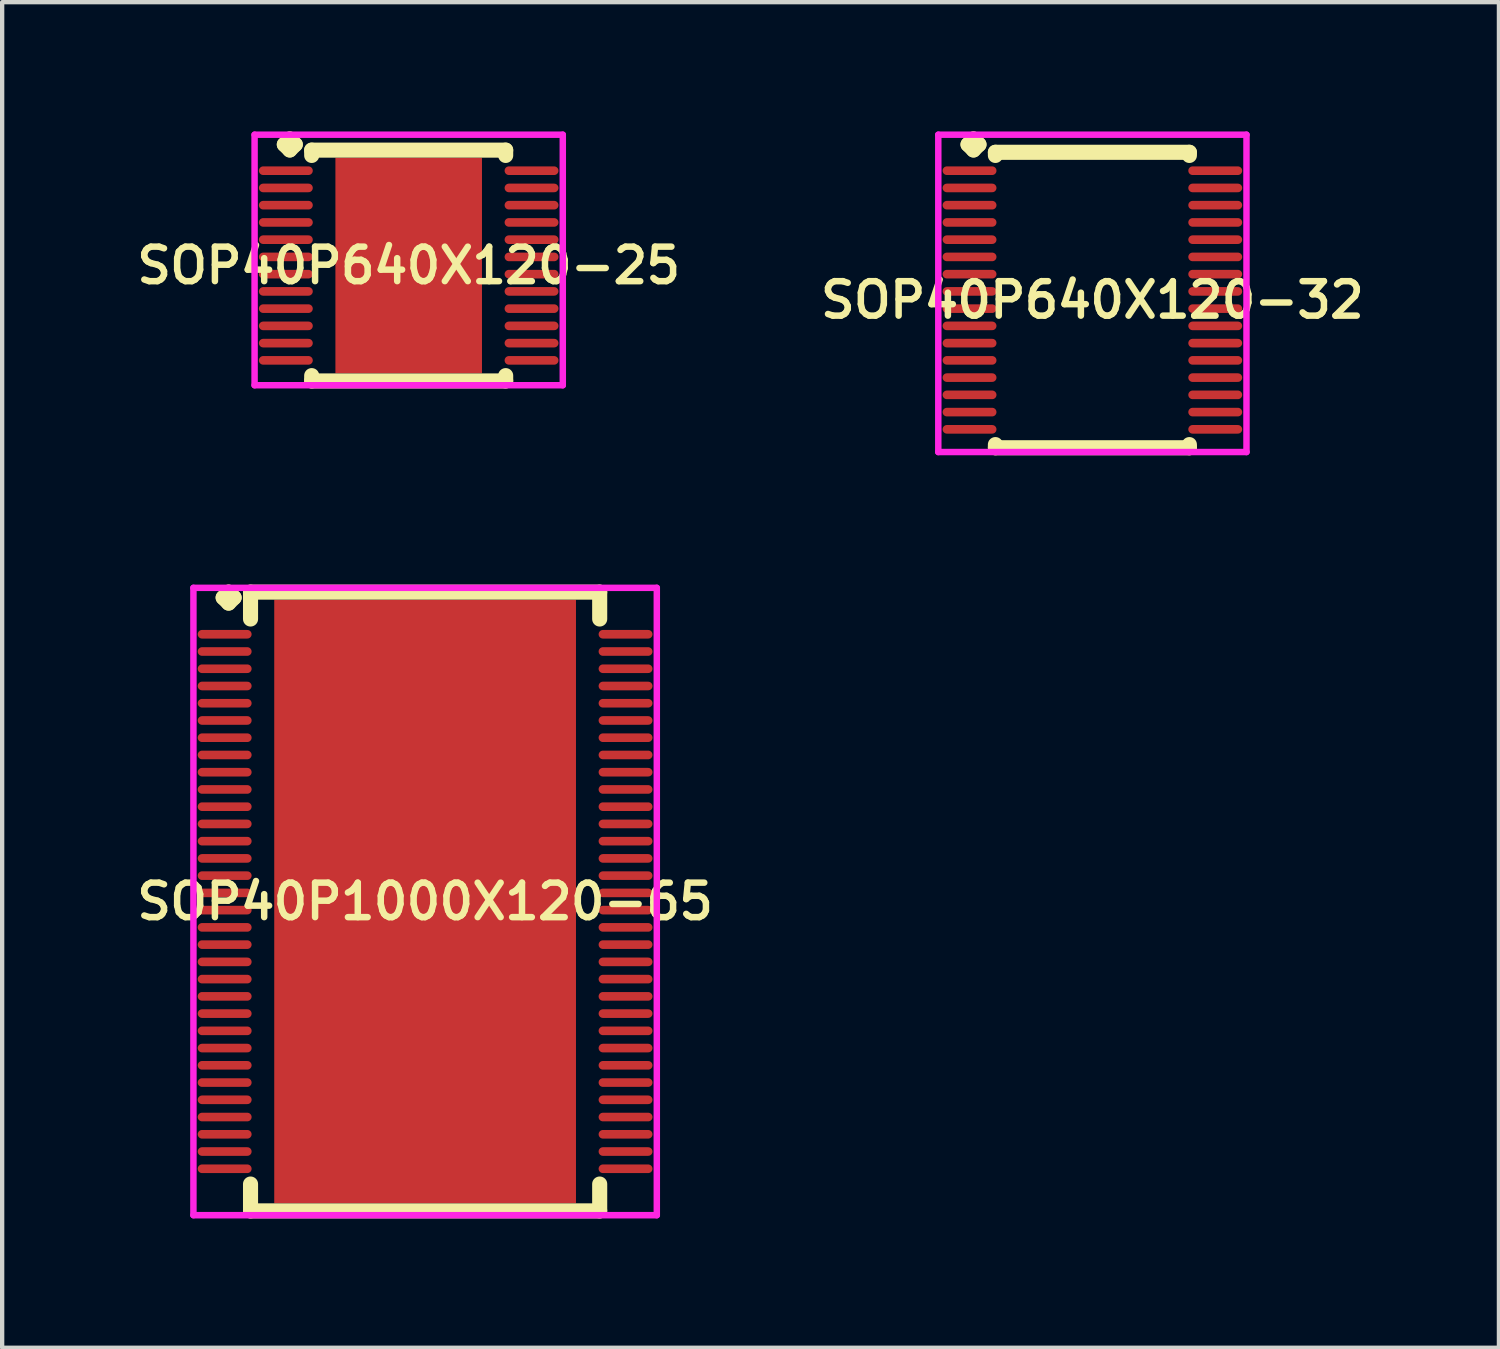
<source format=kicad_pcb>
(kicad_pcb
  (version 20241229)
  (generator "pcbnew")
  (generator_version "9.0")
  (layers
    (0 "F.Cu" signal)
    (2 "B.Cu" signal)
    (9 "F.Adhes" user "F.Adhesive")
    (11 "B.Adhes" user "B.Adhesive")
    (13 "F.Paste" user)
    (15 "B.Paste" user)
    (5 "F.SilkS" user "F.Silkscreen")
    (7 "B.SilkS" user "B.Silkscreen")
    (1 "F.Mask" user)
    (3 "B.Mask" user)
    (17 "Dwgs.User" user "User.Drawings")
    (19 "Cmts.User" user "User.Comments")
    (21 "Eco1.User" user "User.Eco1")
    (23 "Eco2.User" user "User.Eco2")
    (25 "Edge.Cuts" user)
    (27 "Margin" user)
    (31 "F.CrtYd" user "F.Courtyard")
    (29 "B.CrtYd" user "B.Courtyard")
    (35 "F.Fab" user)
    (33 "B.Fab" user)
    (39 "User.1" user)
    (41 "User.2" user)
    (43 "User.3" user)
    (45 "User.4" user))
  (footprint "SOP40P640X120-25"
    (layer "F.Cu")
    (at 6.431 3.11)
    (property "Reference" "SOP40P640X120-25" (at 0 0 0) (layer "F.SilkS") (effects (font (size 0.8 0.8) (thickness 0.15))))
    (attr smd)
    (fp_line (start -2.885 -2.808) (end -2.758 -2.935) (stroke (width 0.35) (type solid)) (layer "F.SilkS"))
    (fp_line (start -2.758 -2.935) (end -2.631 -2.808) (stroke (width 0.35) (type solid)) (layer "F.SilkS"))
    (fp_line (start -2.758 -2.681) (end -2.885 -2.808) (stroke (width 0.35) (type solid)) (layer "F.SilkS"))
    (fp_line (start -2.631 -2.808) (end -2.758 -2.681) (stroke (width 0.35) (type solid)) (layer "F.SilkS"))
    (fp_line (start -2.25 -2.677) (end 2.25 -2.677) (stroke (width 0.35) (type solid)) (layer "F.SilkS"))
    (fp_line (start -2.25 -2.554) (end -2.25 -2.677) (stroke (width 0.35) (type solid)) (layer "F.SilkS"))
    (fp_line (start -2.25 2.554) (end -2.25 2.677) (stroke (width 0.35) (type solid)) (layer "F.SilkS"))
    (fp_line (start -2.25 2.677) (end 2.25 2.677) (stroke (width 0.35) (type solid)) (layer "F.SilkS"))
    (fp_line (start 2.25 -2.677) (end 2.25 -2.554) (stroke (width 0.35) (type solid)) (layer "F.SilkS"))
    (fp_line (start 2.25 2.677) (end 2.25 2.554) (stroke (width 0.35) (type solid)) (layer "F.SilkS"))
    (fp_line (start -3.575 -3.035) (end 3.575 -3.035) (stroke (width 0.15) (type solid)) (layer "F.CrtYd"))
    (fp_line (start -3.575 2.777) (end -3.575 -3.035) (stroke (width 0.15) (type solid)) (layer "F.CrtYd"))
    (fp_line (start 3.575 -3.035) (end 3.575 2.777) (stroke (width 0.15) (type solid)) (layer "F.CrtYd"))
    (fp_line (start 3.575 2.777) (end -3.575 2.777) (stroke (width 0.15) (type solid)) (layer "F.CrtYd"))
    (pad "1" smd oval (at -2.85 -2.2) (size 1.25 0.2) (layers "F.Cu" "F.Mask" "F.Paste"))
    (pad "2" smd oval (at -2.85 -1.8) (size 1.25 0.2) (layers "F.Cu" "F.Mask" "F.Paste"))
    (pad "3" smd oval (at -2.85 -1.4) (size 1.25 0.2) (layers "F.Cu" "F.Mask" "F.Paste"))
    (pad "4" smd oval (at -2.85 -1) (size 1.25 0.2) (layers "F.Cu" "F.Mask" "F.Paste"))
    (pad "5" smd oval (at -2.85 -0.6) (size 1.25 0.2) (layers "F.Cu" "F.Mask" "F.Paste"))
    (pad "6" smd oval (at -2.85 -0.2) (size 1.25 0.2) (layers "F.Cu" "F.Mask" "F.Paste"))
    (pad "7" smd oval (at -2.85 0.2) (size 1.25 0.2) (layers "F.Cu" "F.Mask" "F.Paste"))
    (pad "8" smd oval (at -2.85 0.6) (size 1.25 0.2) (layers "F.Cu" "F.Mask" "F.Paste"))
    (pad "9" smd oval (at -2.85 1) (size 1.25 0.2) (layers "F.Cu" "F.Mask" "F.Paste"))
    (pad "10" smd oval (at -2.85 1.4) (size 1.25 0.2) (layers "F.Cu" "F.Mask" "F.Paste"))
    (pad "11" smd oval (at -2.85 1.8) (size 1.25 0.2) (layers "F.Cu" "F.Mask" "F.Paste"))
    (pad "12" smd oval (at -2.85 2.2) (size 1.25 0.2) (layers "F.Cu" "F.Mask" "F.Paste"))
    (pad "13" smd oval (at 2.85 2.2) (size 1.25 0.2) (layers "F.Cu" "F.Mask" "F.Paste"))
    (pad "14" smd oval (at 2.85 1.8) (size 1.25 0.2) (layers "F.Cu" "F.Mask" "F.Paste"))
    (pad "15" smd oval (at 2.85 1.4) (size 1.25 0.2) (layers "F.Cu" "F.Mask" "F.Paste"))
    (pad "16" smd oval (at 2.85 1) (size 1.25 0.2) (layers "F.Cu" "F.Mask" "F.Paste"))
    (pad "17" smd oval (at 2.85 0.6) (size 1.25 0.2) (layers "F.Cu" "F.Mask" "F.Paste"))
    (pad "18" smd oval (at 2.85 0.2) (size 1.25 0.2) (layers "F.Cu" "F.Mask" "F.Paste"))
    (pad "19" smd oval (at 2.85 -0.2) (size 1.25 0.2) (layers "F.Cu" "F.Mask" "F.Paste"))
    (pad "20" smd oval (at 2.85 -0.6) (size 1.25 0.2) (layers "F.Cu" "F.Mask" "F.Paste"))
    (pad "21" smd oval (at 2.85 -1) (size 1.25 0.2) (layers "F.Cu" "F.Mask" "F.Paste"))
    (pad "22" smd oval (at 2.85 -1.4) (size 1.25 0.2) (layers "F.Cu" "F.Mask" "F.Paste"))
    (pad "23" smd oval (at 2.85 -1.8) (size 1.25 0.2) (layers "F.Cu" "F.Mask" "F.Paste"))
    (pad "24" smd oval (at 2.85 -2.2) (size 1.25 0.2) (layers "F.Cu" "F.Mask" "F.Paste"))
    (pad "25" smd rect (at 0 0) (size 3.4 5) (layers "F.Cu" "F.Mask" "F.Paste")))
  (footprint "SOP40P1000X120-65"
    (layer "F.Cu")
    (at 6.812 17.864)
    (property "Reference" "SOP40P1000X120-65" (at 0 0 0) (layer "F.SilkS") (effects (font (size 0.8 0.8) (thickness 0.15))))
    (attr smd)
    (fp_line (start -4.685 -7.05) (end -4.558 -7.177) (stroke (width 0.35) (type solid)) (layer "F.SilkS"))
    (fp_line (start -4.558 -7.177) (end -4.431 -7.05) (stroke (width 0.35) (type solid)) (layer "F.SilkS"))
    (fp_line (start -4.558 -6.923) (end -4.685 -7.05) (stroke (width 0.35) (type solid)) (layer "F.SilkS"))
    (fp_line (start -4.431 -7.05) (end -4.558 -6.923) (stroke (width 0.35) (type solid)) (layer "F.SilkS"))
    (fp_line (start -4.05 -7.177) (end 4.05 -7.177) (stroke (width 0.35) (type solid)) (layer "F.SilkS"))
    (fp_line (start -4.05 -6.554) (end -4.05 -7.177) (stroke (width 0.35) (type solid)) (layer "F.SilkS"))
    (fp_line (start -4.05 6.554) (end -4.05 7.177) (stroke (width 0.35) (type solid)) (layer "F.SilkS"))
    (fp_line (start -4.05 7.177) (end 4.05 7.177) (stroke (width 0.35) (type solid)) (layer "F.SilkS"))
    (fp_line (start 4.05 -7.177) (end 4.05 -6.554) (stroke (width 0.35) (type solid)) (layer "F.SilkS"))
    (fp_line (start 4.05 7.177) (end 4.05 6.554) (stroke (width 0.35) (type solid)) (layer "F.SilkS"))
    (fp_line (start -5.375 -7.277) (end 5.375 -7.277) (stroke (width 0.15) (type solid)) (layer "F.CrtYd"))
    (fp_line (start -5.375 7.277) (end -5.375 -7.277) (stroke (width 0.15) (type solid)) (layer "F.CrtYd"))
    (fp_line (start 5.375 -7.277) (end 5.375 7.277) (stroke (width 0.15) (type solid)) (layer "F.CrtYd"))
    (fp_line (start 5.375 7.277) (end -5.375 7.277) (stroke (width 0.15) (type solid)) (layer "F.CrtYd"))
    (pad "1" smd oval (at -4.65 -6.2) (size 1.25 0.2) (layers "F.Cu" "F.Mask" "F.Paste"))
    (pad "2" smd oval (at -4.65 -5.8) (size 1.25 0.2) (layers "F.Cu" "F.Mask" "F.Paste"))
    (pad "3" smd oval (at -4.65 -5.4) (size 1.25 0.2) (layers "F.Cu" "F.Mask" "F.Paste"))
    (pad "4" smd oval (at -4.65 -5) (size 1.25 0.2) (layers "F.Cu" "F.Mask" "F.Paste"))
    (pad "5" smd oval (at -4.65 -4.6) (size 1.25 0.2) (layers "F.Cu" "F.Mask" "F.Paste"))
    (pad "6" smd oval (at -4.65 -4.2) (size 1.25 0.2) (layers "F.Cu" "F.Mask" "F.Paste"))
    (pad "7" smd oval (at -4.65 -3.8) (size 1.25 0.2) (layers "F.Cu" "F.Mask" "F.Paste"))
    (pad "8" smd oval (at -4.65 -3.4) (size 1.25 0.2) (layers "F.Cu" "F.Mask" "F.Paste"))
    (pad "9" smd oval (at -4.65 -3) (size 1.25 0.2) (layers "F.Cu" "F.Mask" "F.Paste"))
    (pad "10" smd oval (at -4.65 -2.6) (size 1.25 0.2) (layers "F.Cu" "F.Mask" "F.Paste"))
    (pad "11" smd oval (at -4.65 -2.2) (size 1.25 0.2) (layers "F.Cu" "F.Mask" "F.Paste"))
    (pad "12" smd oval (at -4.65 -1.8) (size 1.25 0.2) (layers "F.Cu" "F.Mask" "F.Paste"))
    (pad "13" smd oval (at -4.65 -1.4) (size 1.25 0.2) (layers "F.Cu" "F.Mask" "F.Paste"))
    (pad "14" smd oval (at -4.65 -1) (size 1.25 0.2) (layers "F.Cu" "F.Mask" "F.Paste"))
    (pad "15" smd oval (at -4.65 -0.6) (size 1.25 0.2) (layers "F.Cu" "F.Mask" "F.Paste"))
    (pad "16" smd oval (at -4.65 -0.2) (size 1.25 0.2) (layers "F.Cu" "F.Mask" "F.Paste"))
    (pad "17" smd oval (at -4.65 0.2) (size 1.25 0.2) (layers "F.Cu" "F.Mask" "F.Paste"))
    (pad "18" smd oval (at -4.65 0.6) (size 1.25 0.2) (layers "F.Cu" "F.Mask" "F.Paste"))
    (pad "19" smd oval (at -4.65 1) (size 1.25 0.2) (layers "F.Cu" "F.Mask" "F.Paste"))
    (pad "20" smd oval (at -4.65 1.4) (size 1.25 0.2) (layers "F.Cu" "F.Mask" "F.Paste"))
    (pad "21" smd oval (at -4.65 1.8) (size 1.25 0.2) (layers "F.Cu" "F.Mask" "F.Paste"))
    (pad "22" smd oval (at -4.65 2.2) (size 1.25 0.2) (layers "F.Cu" "F.Mask" "F.Paste"))
    (pad "23" smd oval (at -4.65 2.6) (size 1.25 0.2) (layers "F.Cu" "F.Mask" "F.Paste"))
    (pad "24" smd oval (at -4.65 3) (size 1.25 0.2) (layers "F.Cu" "F.Mask" "F.Paste"))
    (pad "25" smd oval (at -4.65 3.4) (size 1.25 0.2) (layers "F.Cu" "F.Mask" "F.Paste"))
    (pad "26" smd oval (at -4.65 3.8) (size 1.25 0.2) (layers "F.Cu" "F.Mask" "F.Paste"))
    (pad "27" smd oval (at -4.65 4.2) (size 1.25 0.2) (layers "F.Cu" "F.Mask" "F.Paste"))
    (pad "28" smd oval (at -4.65 4.6) (size 1.25 0.2) (layers "F.Cu" "F.Mask" "F.Paste"))
    (pad "29" smd oval (at -4.65 5) (size 1.25 0.2) (layers "F.Cu" "F.Mask" "F.Paste"))
    (pad "30" smd oval (at -4.65 5.4) (size 1.25 0.2) (layers "F.Cu" "F.Mask" "F.Paste"))
    (pad "31" smd oval (at -4.65 5.8) (size 1.25 0.2) (layers "F.Cu" "F.Mask" "F.Paste"))
    (pad "32" smd oval (at -4.65 6.2) (size 1.25 0.2) (layers "F.Cu" "F.Mask" "F.Paste"))
    (pad "33" smd oval (at 4.65 6.2) (size 1.25 0.2) (layers "F.Cu" "F.Mask" "F.Paste"))
    (pad "34" smd oval (at 4.65 5.8) (size 1.25 0.2) (layers "F.Cu" "F.Mask" "F.Paste"))
    (pad "35" smd oval (at 4.65 5.4) (size 1.25 0.2) (layers "F.Cu" "F.Mask" "F.Paste"))
    (pad "36" smd oval (at 4.65 5) (size 1.25 0.2) (layers "F.Cu" "F.Mask" "F.Paste"))
    (pad "37" smd oval (at 4.65 4.6) (size 1.25 0.2) (layers "F.Cu" "F.Mask" "F.Paste"))
    (pad "38" smd oval (at 4.65 4.2) (size 1.25 0.2) (layers "F.Cu" "F.Mask" "F.Paste"))
    (pad "39" smd oval (at 4.65 3.8) (size 1.25 0.2) (layers "F.Cu" "F.Mask" "F.Paste"))
    (pad "40" smd oval (at 4.65 3.4) (size 1.25 0.2) (layers "F.Cu" "F.Mask" "F.Paste"))
    (pad "41" smd oval (at 4.65 3) (size 1.25 0.2) (layers "F.Cu" "F.Mask" "F.Paste"))
    (pad "42" smd oval (at 4.65 2.6) (size 1.25 0.2) (layers "F.Cu" "F.Mask" "F.Paste"))
    (pad "43" smd oval (at 4.65 2.2) (size 1.25 0.2) (layers "F.Cu" "F.Mask" "F.Paste"))
    (pad "44" smd oval (at 4.65 1.8) (size 1.25 0.2) (layers "F.Cu" "F.Mask" "F.Paste"))
    (pad "45" smd oval (at 4.65 1.4) (size 1.25 0.2) (layers "F.Cu" "F.Mask" "F.Paste"))
    (pad "46" smd oval (at 4.65 1) (size 1.25 0.2) (layers "F.Cu" "F.Mask" "F.Paste"))
    (pad "47" smd oval (at 4.65 0.6) (size 1.25 0.2) (layers "F.Cu" "F.Mask" "F.Paste"))
    (pad "48" smd oval (at 4.65 0.2) (size 1.25 0.2) (layers "F.Cu" "F.Mask" "F.Paste"))
    (pad "49" smd oval (at 4.65 -0.2) (size 1.25 0.2) (layers "F.Cu" "F.Mask" "F.Paste"))
    (pad "50" smd oval (at 4.65 -0.6) (size 1.25 0.2) (layers "F.Cu" "F.Mask" "F.Paste"))
    (pad "51" smd oval (at 4.65 -1) (size 1.25 0.2) (layers "F.Cu" "F.Mask" "F.Paste"))
    (pad "52" smd oval (at 4.65 -1.4) (size 1.25 0.2) (layers "F.Cu" "F.Mask" "F.Paste"))
    (pad "53" smd oval (at 4.65 -1.8) (size 1.25 0.2) (layers "F.Cu" "F.Mask" "F.Paste"))
    (pad "54" smd oval (at 4.65 -2.2) (size 1.25 0.2) (layers "F.Cu" "F.Mask" "F.Paste"))
    (pad "55" smd oval (at 4.65 -2.6) (size 1.25 0.2) (layers "F.Cu" "F.Mask" "F.Paste"))
    (pad "56" smd oval (at 4.65 -3) (size 1.25 0.2) (layers "F.Cu" "F.Mask" "F.Paste"))
    (pad "57" smd oval (at 4.65 -3.4) (size 1.25 0.2) (layers "F.Cu" "F.Mask" "F.Paste"))
    (pad "58" smd oval (at 4.65 -3.8) (size 1.25 0.2) (layers "F.Cu" "F.Mask" "F.Paste"))
    (pad "59" smd oval (at 4.65 -4.2) (size 1.25 0.2) (layers "F.Cu" "F.Mask" "F.Paste"))
    (pad "60" smd oval (at 4.65 -4.6) (size 1.25 0.2) (layers "F.Cu" "F.Mask" "F.Paste"))
    (pad "61" smd oval (at 4.65 -5) (size 1.25 0.2) (layers "F.Cu" "F.Mask" "F.Paste"))
    (pad "62" smd oval (at 4.65 -5.4) (size 1.25 0.2) (layers "F.Cu" "F.Mask" "F.Paste"))
    (pad "63" smd oval (at 4.65 -5.8) (size 1.25 0.2) (layers "F.Cu" "F.Mask" "F.Paste"))
    (pad "64" smd oval (at 4.65 -6.2) (size 1.25 0.2) (layers "F.Cu" "F.Mask" "F.Paste"))
    (pad "65" smd rect (at 0 0) (size 7 14) (layers "F.Cu" "F.Mask" "F.Paste")))
  (footprint "SOP40P640X120-32"
    (layer "F.Cu")
    (at 22.292 3.91)
    (property "Reference" "SOP40P640X120-32" (at 0 0 0) (layer "F.SilkS") (effects (font (size 0.8 0.8) (thickness 0.15))))
    (attr smd)
    (fp_line (start -2.885 -3.608) (end -2.758 -3.735) (stroke (width 0.35) (type solid)) (layer "F.SilkS"))
    (fp_line (start -2.758 -3.735) (end -2.631 -3.608) (stroke (width 0.35) (type solid)) (layer "F.SilkS"))
    (fp_line (start -2.758 -3.481) (end -2.885 -3.608) (stroke (width 0.35) (type solid)) (layer "F.SilkS"))
    (fp_line (start -2.631 -3.608) (end -2.758 -3.481) (stroke (width 0.35) (type solid)) (layer "F.SilkS"))
    (fp_line (start -2.25 -3.427) (end 2.25 -3.427) (stroke (width 0.35) (type solid)) (layer "F.SilkS"))
    (fp_line (start -2.25 -3.354) (end -2.25 -3.427) (stroke (width 0.35) (type solid)) (layer "F.SilkS"))
    (fp_line (start -2.25 3.354) (end -2.25 3.427) (stroke (width 0.35) (type solid)) (layer "F.SilkS"))
    (fp_line (start -2.25 3.427) (end 2.25 3.427) (stroke (width 0.35) (type solid)) (layer "F.SilkS"))
    (fp_line (start 2.25 -3.427) (end 2.25 -3.354) (stroke (width 0.35) (type solid)) (layer "F.SilkS"))
    (fp_line (start 2.25 3.427) (end 2.25 3.354) (stroke (width 0.35) (type solid)) (layer "F.SilkS"))
    (fp_line (start -3.575 -3.835) (end 3.575 -3.835) (stroke (width 0.15) (type solid)) (layer "F.CrtYd"))
    (fp_line (start -3.575 3.527) (end -3.575 -3.835) (stroke (width 0.15) (type solid)) (layer "F.CrtYd"))
    (fp_line (start 3.575 -3.835) (end 3.575 3.527) (stroke (width 0.15) (type solid)) (layer "F.CrtYd"))
    (fp_line (start 3.575 3.527) (end -3.575 3.527) (stroke (width 0.15) (type solid)) (layer "F.CrtYd"))
    (pad "1" smd oval (at -2.85 -3) (size 1.25 0.2) (layers "F.Cu" "F.Mask" "F.Paste"))
    (pad "2" smd oval (at -2.85 -2.6) (size 1.25 0.2) (layers "F.Cu" "F.Mask" "F.Paste"))
    (pad "3" smd oval (at -2.85 -2.2) (size 1.25 0.2) (layers "F.Cu" "F.Mask" "F.Paste"))
    (pad "4" smd oval (at -2.85 -1.8) (size 1.25 0.2) (layers "F.Cu" "F.Mask" "F.Paste"))
    (pad "5" smd oval (at -2.85 -1.4) (size 1.25 0.2) (layers "F.Cu" "F.Mask" "F.Paste"))
    (pad "6" smd oval (at -2.85 -1) (size 1.25 0.2) (layers "F.Cu" "F.Mask" "F.Paste"))
    (pad "7" smd oval (at -2.85 -0.6) (size 1.25 0.2) (layers "F.Cu" "F.Mask" "F.Paste"))
    (pad "8" smd oval (at -2.85 -0.2) (size 1.25 0.2) (layers "F.Cu" "F.Mask" "F.Paste"))
    (pad "9" smd oval (at -2.85 0.2) (size 1.25 0.2) (layers "F.Cu" "F.Mask" "F.Paste"))
    (pad "10" smd oval (at -2.85 0.6) (size 1.25 0.2) (layers "F.Cu" "F.Mask" "F.Paste"))
    (pad "11" smd oval (at -2.85 1) (size 1.25 0.2) (layers "F.Cu" "F.Mask" "F.Paste"))
    (pad "12" smd oval (at -2.85 1.4) (size 1.25 0.2) (layers "F.Cu" "F.Mask" "F.Paste"))
    (pad "13" smd oval (at -2.85 1.8) (size 1.25 0.2) (layers "F.Cu" "F.Mask" "F.Paste"))
    (pad "14" smd oval (at -2.85 2.2) (size 1.25 0.2) (layers "F.Cu" "F.Mask" "F.Paste"))
    (pad "15" smd oval (at -2.85 2.6) (size 1.25 0.2) (layers "F.Cu" "F.Mask" "F.Paste"))
    (pad "16" smd oval (at -2.85 3) (size 1.25 0.2) (layers "F.Cu" "F.Mask" "F.Paste"))
    (pad "17" smd oval (at 2.85 3) (size 1.25 0.2) (layers "F.Cu" "F.Mask" "F.Paste"))
    (pad "18" smd oval (at 2.85 2.6) (size 1.25 0.2) (layers "F.Cu" "F.Mask" "F.Paste"))
    (pad "19" smd oval (at 2.85 2.2) (size 1.25 0.2) (layers "F.Cu" "F.Mask" "F.Paste"))
    (pad "20" smd oval (at 2.85 1.8) (size 1.25 0.2) (layers "F.Cu" "F.Mask" "F.Paste"))
    (pad "21" smd oval (at 2.85 1.4) (size 1.25 0.2) (layers "F.Cu" "F.Mask" "F.Paste"))
    (pad "22" smd oval (at 2.85 1) (size 1.25 0.2) (layers "F.Cu" "F.Mask" "F.Paste"))
    (pad "23" smd oval (at 2.85 0.6) (size 1.25 0.2) (layers "F.Cu" "F.Mask" "F.Paste"))
    (pad "24" smd oval (at 2.85 0.2) (size 1.25 0.2) (layers "F.Cu" "F.Mask" "F.Paste"))
    (pad "25" smd oval (at 2.85 -0.2) (size 1.25 0.2) (layers "F.Cu" "F.Mask" "F.Paste"))
    (pad "26" smd oval (at 2.85 -0.6) (size 1.25 0.2) (layers "F.Cu" "F.Mask" "F.Paste"))
    (pad "27" smd oval (at 2.85 -1) (size 1.25 0.2) (layers "F.Cu" "F.Mask" "F.Paste"))
    (pad "28" smd oval (at 2.85 -1.4) (size 1.25 0.2) (layers "F.Cu" "F.Mask" "F.Paste"))
    (pad "29" smd oval (at 2.85 -1.8) (size 1.25 0.2) (layers "F.Cu" "F.Mask" "F.Paste"))
    (pad "30" smd oval (at 2.85 -2.2) (size 1.25 0.2) (layers "F.Cu" "F.Mask" "F.Paste"))
    (pad "31" smd oval (at 2.85 -2.6) (size 1.25 0.2) (layers "F.Cu" "F.Mask" "F.Paste"))
    (pad "32" smd oval (at 2.85 -3) (size 1.25 0.2) (layers "F.Cu" "F.Mask" "F.Paste")))
  (gr_rect
    (start -3 -3)
    (end 31.723 28.216)
    (stroke (width 0.1) (type default))
    (fill no)
    (layer "Edge.Cuts")))
</source>
